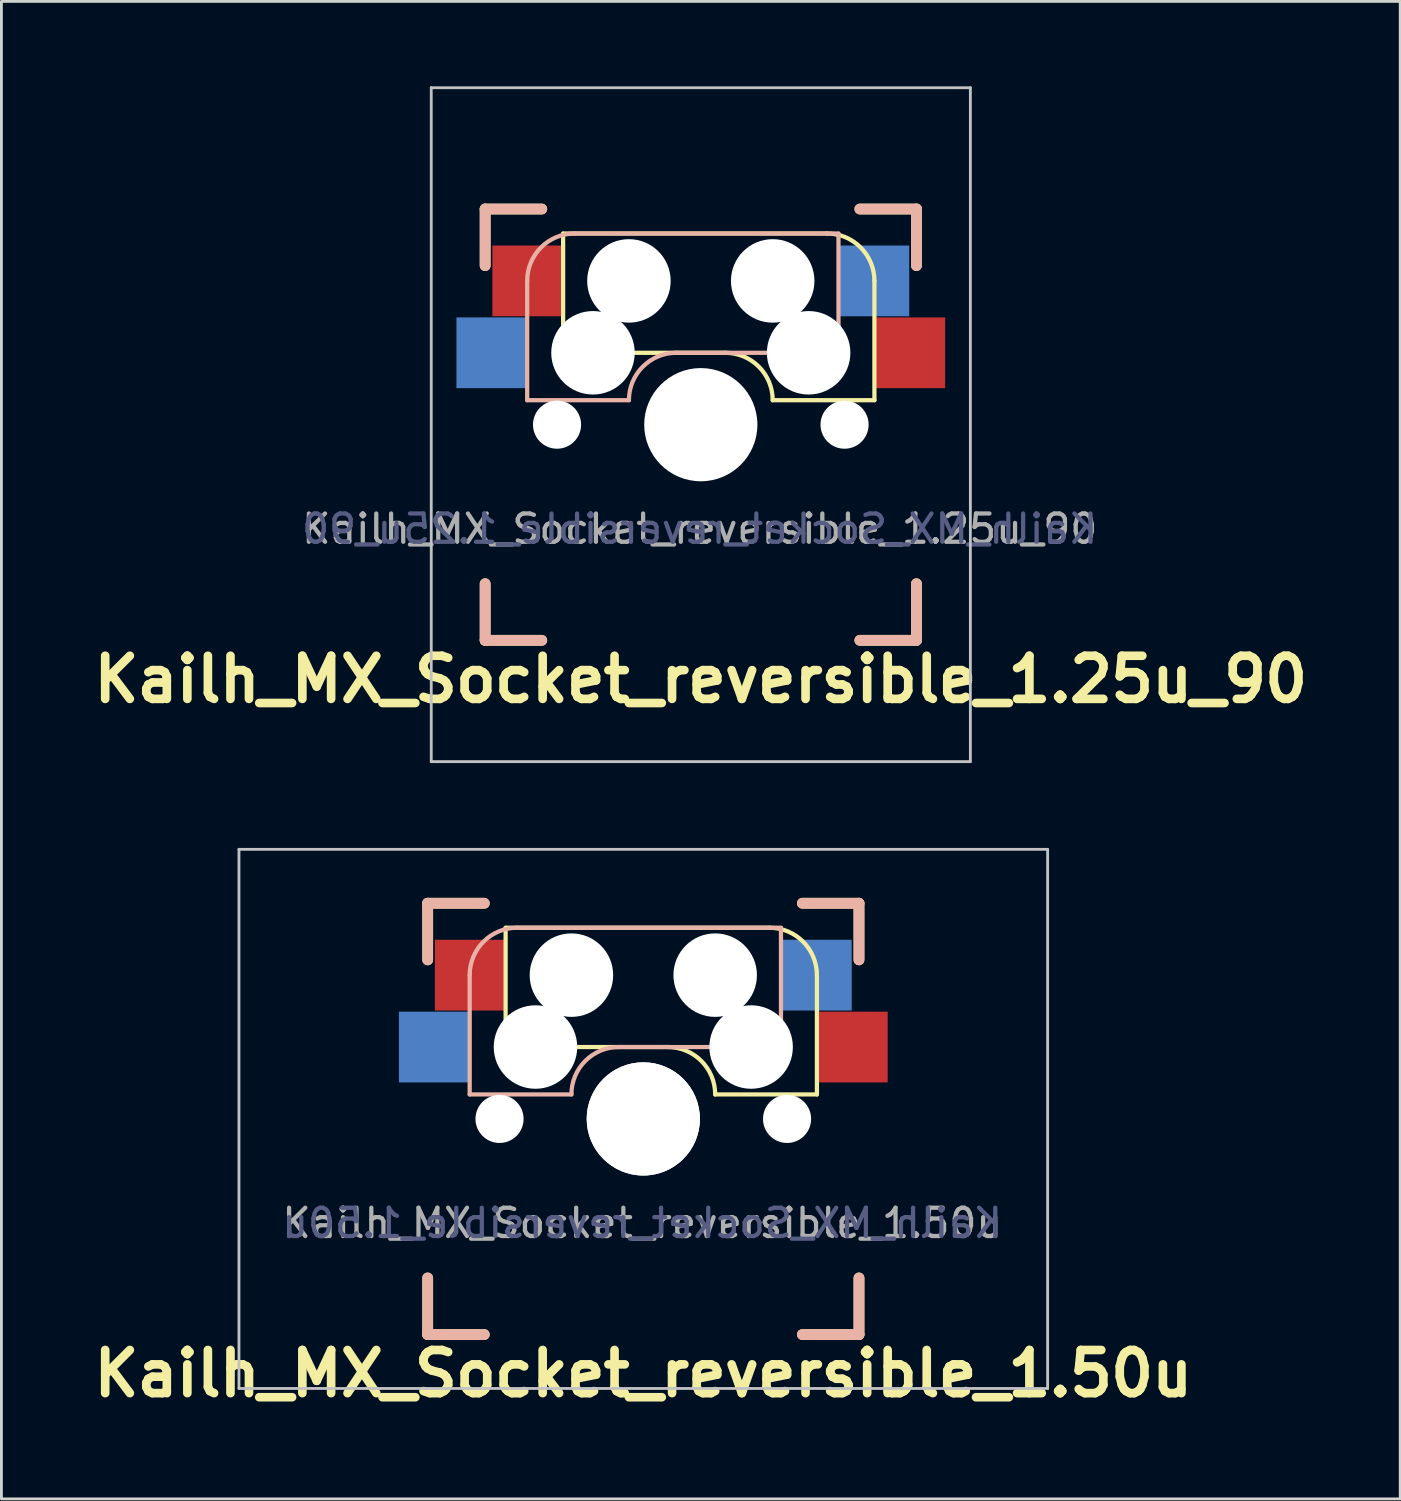
<source format=kicad_pcb>
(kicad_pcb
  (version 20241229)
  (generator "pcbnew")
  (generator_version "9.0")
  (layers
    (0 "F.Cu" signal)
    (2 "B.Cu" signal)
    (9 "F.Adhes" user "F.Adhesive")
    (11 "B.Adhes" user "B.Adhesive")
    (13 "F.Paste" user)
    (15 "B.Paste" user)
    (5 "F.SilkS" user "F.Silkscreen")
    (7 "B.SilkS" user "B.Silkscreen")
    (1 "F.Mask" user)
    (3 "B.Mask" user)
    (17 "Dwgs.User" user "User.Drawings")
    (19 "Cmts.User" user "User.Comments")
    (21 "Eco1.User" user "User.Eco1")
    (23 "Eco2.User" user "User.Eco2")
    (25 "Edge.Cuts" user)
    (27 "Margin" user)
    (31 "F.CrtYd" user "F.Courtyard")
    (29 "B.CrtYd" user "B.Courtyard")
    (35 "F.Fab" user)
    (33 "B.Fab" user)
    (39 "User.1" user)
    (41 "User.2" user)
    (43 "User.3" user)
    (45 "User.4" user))
  (footprint "Kailh_MX_Socket_reversible_1.25u_90"
    (layer "F.Cu")
    (at 21.713 11.956)
    (property "Reference" "Kailh_MX_Socket_reversible_1.25u_90" (at 0 9 0) (layer "F.SilkS") (effects (font (size 1.524 1.524) (thickness 0.305))))
    (attr through_hole)
    (fp_line (start -7.62 -7.62) (end -5.62 -7.62) (stroke (width 0.381) (type solid)) (layer "F.SilkS"))
    (fp_line (start -7.62 -5.62) (end -7.62 -7.62) (stroke (width 0.381) (type solid)) (layer "F.SilkS"))
    (fp_line (start -7.62 5.62) (end -7.62 7.62) (stroke (width 0.381) (type solid)) (layer "F.SilkS"))
    (fp_line (start -7.62 7.62) (end -5.62 7.62) (stroke (width 0.381) (type solid)) (layer "F.SilkS"))
    (fp_line (start -4.865 -6.75) (end -4.865 -2.54) (stroke (width 0.15) (type solid)) (layer "F.SilkS"))
    (fp_line (start 0.865 -2.54) (end -4.865 -2.54) (stroke (width 0.15) (type solid)) (layer "F.SilkS"))
    (fp_line (start 4.46 -6.755) (end -4.865 -6.755) (stroke (width 0.15) (type solid)) (layer "F.SilkS"))
    (fp_line (start 5.62 -7.62) (end 7.62 -7.62) (stroke (width 0.381) (type solid)) (layer "F.SilkS"))
    (fp_line (start 5.62 7.62) (end 7.62 7.62) (stroke (width 0.381) (type solid)) (layer "F.SilkS"))
    (fp_line (start 6.135 -5.08) (end 6.135 -0.865) (stroke (width 0.15) (type solid)) (layer "F.SilkS"))
    (fp_line (start 6.135 -0.865) (end 2.54 -0.865) (stroke (width 0.15) (type solid)) (layer "F.SilkS"))
    (fp_line (start 7.62 -7.62) (end 7.62 -5.62) (stroke (width 0.381) (type solid)) (layer "F.SilkS"))
    (fp_line (start 7.62 5.62) (end 7.62 7.62) (stroke (width 0.381) (type solid)) (layer "F.SilkS"))
    (fp_arc (start 0.865 -2.54) (mid 2.049404 -2.049404) (end 2.54 -0.865) (stroke (width 0.15) (type solid)) (layer "F.SilkS"))
    (fp_arc (start 4.46 -6.755) (mid 5.644404 -6.264404) (end 6.135 -5.08) (stroke (width 0.15) (type solid)) (layer "F.SilkS"))
    (fp_line (start -7.62 -7.62) (end -7.62 -5.62) (stroke (width 0.381) (type solid)) (layer "B.SilkS"))
    (fp_line (start -7.62 5.62) (end -7.62 7.62) (stroke (width 0.381) (type solid)) (layer "B.SilkS"))
    (fp_line (start -6.135 -5.08) (end -6.135 -0.865) (stroke (width 0.15) (type solid)) (layer "B.SilkS"))
    (fp_line (start -6.135 -0.865) (end -2.54 -0.865) (stroke (width 0.15) (type solid)) (layer "B.SilkS"))
    (fp_line (start -5.62 -7.62) (end -7.62 -7.62) (stroke (width 0.381) (type solid)) (layer "B.SilkS"))
    (fp_line (start -5.62 7.62) (end -7.62 7.62) (stroke (width 0.381) (type solid)) (layer "B.SilkS"))
    (fp_line (start -4.46 -6.755) (end 4.865 -6.755) (stroke (width 0.15) (type solid)) (layer "B.SilkS"))
    (fp_line (start -0.865 -2.54) (end 4.865 -2.54) (stroke (width 0.15) (type solid)) (layer "B.SilkS"))
    (fp_line (start 4.865 -6.75) (end 4.865 -2.54) (stroke (width 0.15) (type solid)) (layer "B.SilkS"))
    (fp_line (start 7.62 -7.62) (end 5.62 -7.62) (stroke (width 0.381) (type solid)) (layer "B.SilkS"))
    (fp_line (start 7.62 -5.62) (end 7.62 -7.62) (stroke (width 0.381) (type solid)) (layer "B.SilkS"))
    (fp_line (start 7.62 5.62) (end 7.62 7.62) (stroke (width 0.381) (type solid)) (layer "B.SilkS"))
    (fp_line (start 7.62 7.62) (end 5.62 7.62) (stroke (width 0.381) (type solid)) (layer "B.SilkS"))
    (fp_arc (start -6.135 -5.08) (mid -5.644404 -6.264404) (end -4.46 -6.755) (stroke (width 0.15) (type solid)) (layer "B.SilkS"))
    (fp_arc (start -2.54 -0.865) (mid -2.049404 -2.049404) (end -0.865 -2.54) (stroke (width 0.15) (type solid)) (layer "B.SilkS"))
    (fp_line (start -9.525 -11.906) (end -9.525 11.906) (stroke (width 0.1) (type solid)) (layer "Dwgs.User"))
    (fp_line (start -9.525 11.906) (end 9.525 11.906) (stroke (width 0.1) (type solid)) (layer "Dwgs.User"))
    (fp_line (start 9.525 -11.906) (end -9.525 -11.906) (stroke (width 0.1) (type solid)) (layer "Dwgs.User"))
    (fp_line (start 9.525 11.906) (end 9.525 -11.906) (stroke (width 0.1) (type solid)) (layer "Dwgs.User"))
    (fp_text user "${REFERENCE}" (at -0.039 3.683 0) (layer "B.Fab") (effects (font (size 1 1) (thickness 0.15)) (justify mirror)))
    (fp_text user "${REFERENCE}" (at -0.039 3.683 0) (layer "F.Fab") (effects (font (size 1 1) (thickness 0.15))))
    (pad "" np_thru_hole circle (at -5.08 0) (size 1.7 1.7) (drill 1.7) (layers "*.Cu" "*.Mask"))
    (pad "" np_thru_hole circle (at -3.81 -2.54) (size 2.95 2.95) (drill 2.95) (layers "*.Cu" "*.Mask"))
    (pad "" np_thru_hole circle (at -2.54 -5.08) (size 2.95 2.95) (drill 2.95) (layers "*.Cu" "*.Mask"))
    (pad "" np_thru_hole circle (at 0 0) (size 4 4) (drill 4) (layers "*.Cu" "*.Mask"))
    (pad "" np_thru_hole circle (at 2.54 -5.08) (size 2.95 2.95) (drill 2.95) (layers "*.Cu" "*.Mask"))
    (pad "" np_thru_hole circle (at 3.81 -2.54) (size 2.95 2.95) (drill 2.95) (layers "*.Cu" "*.Mask"))
    (pad "" np_thru_hole circle (at 5.08 0) (size 1.7 1.7) (drill 1.7) (layers "*.Cu" "*.Mask"))
    (pad "1" smd rect (at -7.36 -2.54) (size 2.55 2.5) (layers "B.Cu" "B.Mask" "B.Paste"))
    (pad "1" smd rect (at 7.36 -2.54) (size 2.55 2.5) (layers "F.Cu" "F.Mask" "F.Paste"))
    (pad "2" smd rect (at -6.09 -5.08) (size 2.55 2.5) (layers "F.Cu" "F.Mask" "F.Paste"))
    (pad "2" smd rect (at 6.09 -5.08) (size 2.55 2.5) (layers "B.Cu" "B.Mask" "B.Paste")))
  (footprint "Kailh_MX_Socket_reversible_1.50u"
    (layer "F.Cu")
    (at 19.681 36.487)
    (property "Reference" "Kailh_MX_Socket_reversible_1.50u" (at 0 9 0) (layer "F.SilkS") (effects (font (size 1.524 1.524) (thickness 0.305))))
    (attr through_hole)
    (fp_line (start -7.62 -7.62) (end -5.62 -7.62) (stroke (width 0.381) (type solid)) (layer "F.SilkS"))
    (fp_line (start -7.62 -5.62) (end -7.62 -7.62) (stroke (width 0.381) (type solid)) (layer "F.SilkS"))
    (fp_line (start -7.62 5.62) (end -7.62 7.62) (stroke (width 0.381) (type solid)) (layer "F.SilkS"))
    (fp_line (start -7.62 7.62) (end -5.62 7.62) (stroke (width 0.381) (type solid)) (layer "F.SilkS"))
    (fp_line (start -4.865 -6.75) (end -4.865 -2.54) (stroke (width 0.15) (type solid)) (layer "F.SilkS"))
    (fp_line (start 0.865 -2.54) (end -4.865 -2.54) (stroke (width 0.15) (type solid)) (layer "F.SilkS"))
    (fp_line (start 4.46 -6.755) (end -4.865 -6.755) (stroke (width 0.15) (type solid)) (layer "F.SilkS"))
    (fp_line (start 5.62 -7.62) (end 7.62 -7.62) (stroke (width 0.381) (type solid)) (layer "F.SilkS"))
    (fp_line (start 5.62 7.62) (end 7.62 7.62) (stroke (width 0.381) (type solid)) (layer "F.SilkS"))
    (fp_line (start 6.135 -5.08) (end 6.135 -0.865) (stroke (width 0.15) (type solid)) (layer "F.SilkS"))
    (fp_line (start 6.135 -0.865) (end 2.54 -0.865) (stroke (width 0.15) (type solid)) (layer "F.SilkS"))
    (fp_line (start 7.62 -7.62) (end 7.62 -5.62) (stroke (width 0.381) (type solid)) (layer "F.SilkS"))
    (fp_line (start 7.62 5.62) (end 7.62 7.62) (stroke (width 0.381) (type solid)) (layer "F.SilkS"))
    (fp_arc (start 0.865 -2.54) (mid 2.049404 -2.049404) (end 2.54 -0.865) (stroke (width 0.15) (type solid)) (layer "F.SilkS"))
    (fp_arc (start 4.46 -6.755) (mid 5.644404 -6.264404) (end 6.135 -5.08) (stroke (width 0.15) (type solid)) (layer "F.SilkS"))
    (fp_line (start -7.618 -7.62) (end -7.618 -5.62) (stroke (width 0.381) (type solid)) (layer "B.SilkS"))
    (fp_line (start -7.618 5.62) (end -7.618 7.62) (stroke (width 0.381) (type solid)) (layer "B.SilkS"))
    (fp_line (start -6.135 -5.08) (end -6.135 -0.865) (stroke (width 0.15) (type solid)) (layer "B.SilkS"))
    (fp_line (start -6.135 -0.865) (end -2.54 -0.865) (stroke (width 0.15) (type solid)) (layer "B.SilkS"))
    (fp_line (start -5.618 -7.62) (end -7.618 -7.62) (stroke (width 0.381) (type solid)) (layer "B.SilkS"))
    (fp_line (start -5.618 7.62) (end -7.618 7.62) (stroke (width 0.381) (type solid)) (layer "B.SilkS"))
    (fp_line (start -4.46 -6.755) (end 4.865 -6.755) (stroke (width 0.15) (type solid)) (layer "B.SilkS"))
    (fp_line (start -0.865 -2.54) (end 4.865 -2.54) (stroke (width 0.15) (type solid)) (layer "B.SilkS"))
    (fp_line (start 4.865 -6.75) (end 4.865 -2.54) (stroke (width 0.15) (type solid)) (layer "B.SilkS"))
    (fp_line (start 7.622 -7.62) (end 5.622 -7.62) (stroke (width 0.381) (type solid)) (layer "B.SilkS"))
    (fp_line (start 7.622 -5.62) (end 7.622 -7.62) (stroke (width 0.381) (type solid)) (layer "B.SilkS"))
    (fp_line (start 7.622 5.62) (end 7.622 7.62) (stroke (width 0.381) (type solid)) (layer "B.SilkS"))
    (fp_line (start 7.622 7.62) (end 5.622 7.62) (stroke (width 0.381) (type solid)) (layer "B.SilkS"))
    (fp_arc (start -6.135 -5.08) (mid -5.644404 -6.264404) (end -4.46 -6.755) (stroke (width 0.15) (type solid)) (layer "B.SilkS"))
    (fp_arc (start -2.54 -0.865) (mid -2.049404 -2.049404) (end -0.865 -2.54) (stroke (width 0.15) (type solid)) (layer "B.SilkS"))
    (fp_line (start -14.287 -9.525) (end -14.287 9.525) (stroke (width 0.1) (type solid)) (layer "Dwgs.User"))
    (fp_line (start -14.287 9.525) (end 14.287 9.525) (stroke (width 0.1) (type solid)) (layer "Dwgs.User"))
    (fp_line (start 14.287 -9.525) (end -14.287 -9.525) (stroke (width 0.1) (type solid)) (layer "Dwgs.User"))
    (fp_line (start 14.287 9.525) (end 14.287 -9.525) (stroke (width 0.1) (type solid)) (layer "Dwgs.User"))
    (fp_text user "${REFERENCE}" (at -0.039 3.683 0) (layer "B.Fab") (effects (font (size 1 1) (thickness 0.15)) (justify mirror)))
    (fp_text user "${REFERENCE}" (at -0.039 3.683 0) (layer "F.Fab") (effects (font (size 1 1) (thickness 0.15))))
    (pad "" np_thru_hole circle (at -5.08 0) (size 1.7 1.7) (drill 1.7) (layers "*.Cu" "*.Mask"))
    (pad "" np_thru_hole circle (at -3.81 -2.54) (size 2.95 2.95) (drill 2.95) (layers "*.Cu" "*.Mask"))
    (pad "" np_thru_hole circle (at -2.54 -5.08) (size 2.95 2.95) (drill 2.95) (layers "*.Cu" "*.Mask"))
    (pad "" np_thru_hole circle (at 0 0) (size 4 4) (drill 4) (layers "*.Cu" "*.Mask"))
    (pad "" np_thru_hole circle (at 0 0) (size 4 4) (drill 4) (layers "*.Cu" "*.Mask"))
    (pad "" np_thru_hole circle (at 2.54 -5.08) (size 2.95 2.95) (drill 2.95) (layers "*.Cu" "*.Mask"))
    (pad "" np_thru_hole circle (at 3.81 -2.54) (size 2.95 2.95) (drill 2.95) (layers "*.Cu" "*.Mask"))
    (pad "" np_thru_hole circle (at 5.08 0) (size 1.7 1.7) (drill 1.7) (layers "*.Cu" "*.Mask"))
    (pad "1" smd rect (at -7.36 -2.54) (size 2.55 2.5) (layers "B.Cu" "B.Mask" "B.Paste"))
    (pad "1" smd rect (at 7.36 -2.54) (size 2.55 2.5) (layers "F.Cu" "F.Mask" "F.Paste"))
    (pad "2" smd rect (at -6.09 -5.08) (size 2.55 2.5) (layers "F.Cu" "F.Mask" "F.Paste"))
    (pad "2" smd rect (at 6.09 -5.08) (size 2.55 2.5) (layers "B.Cu" "B.Mask" "B.Paste")))
  (gr_rect
    (start -3 -3)
    (end 46.427 49.914)
    (stroke (width 0.1) (type default))
    (fill no)
    (layer "Edge.Cuts")))
</source>
